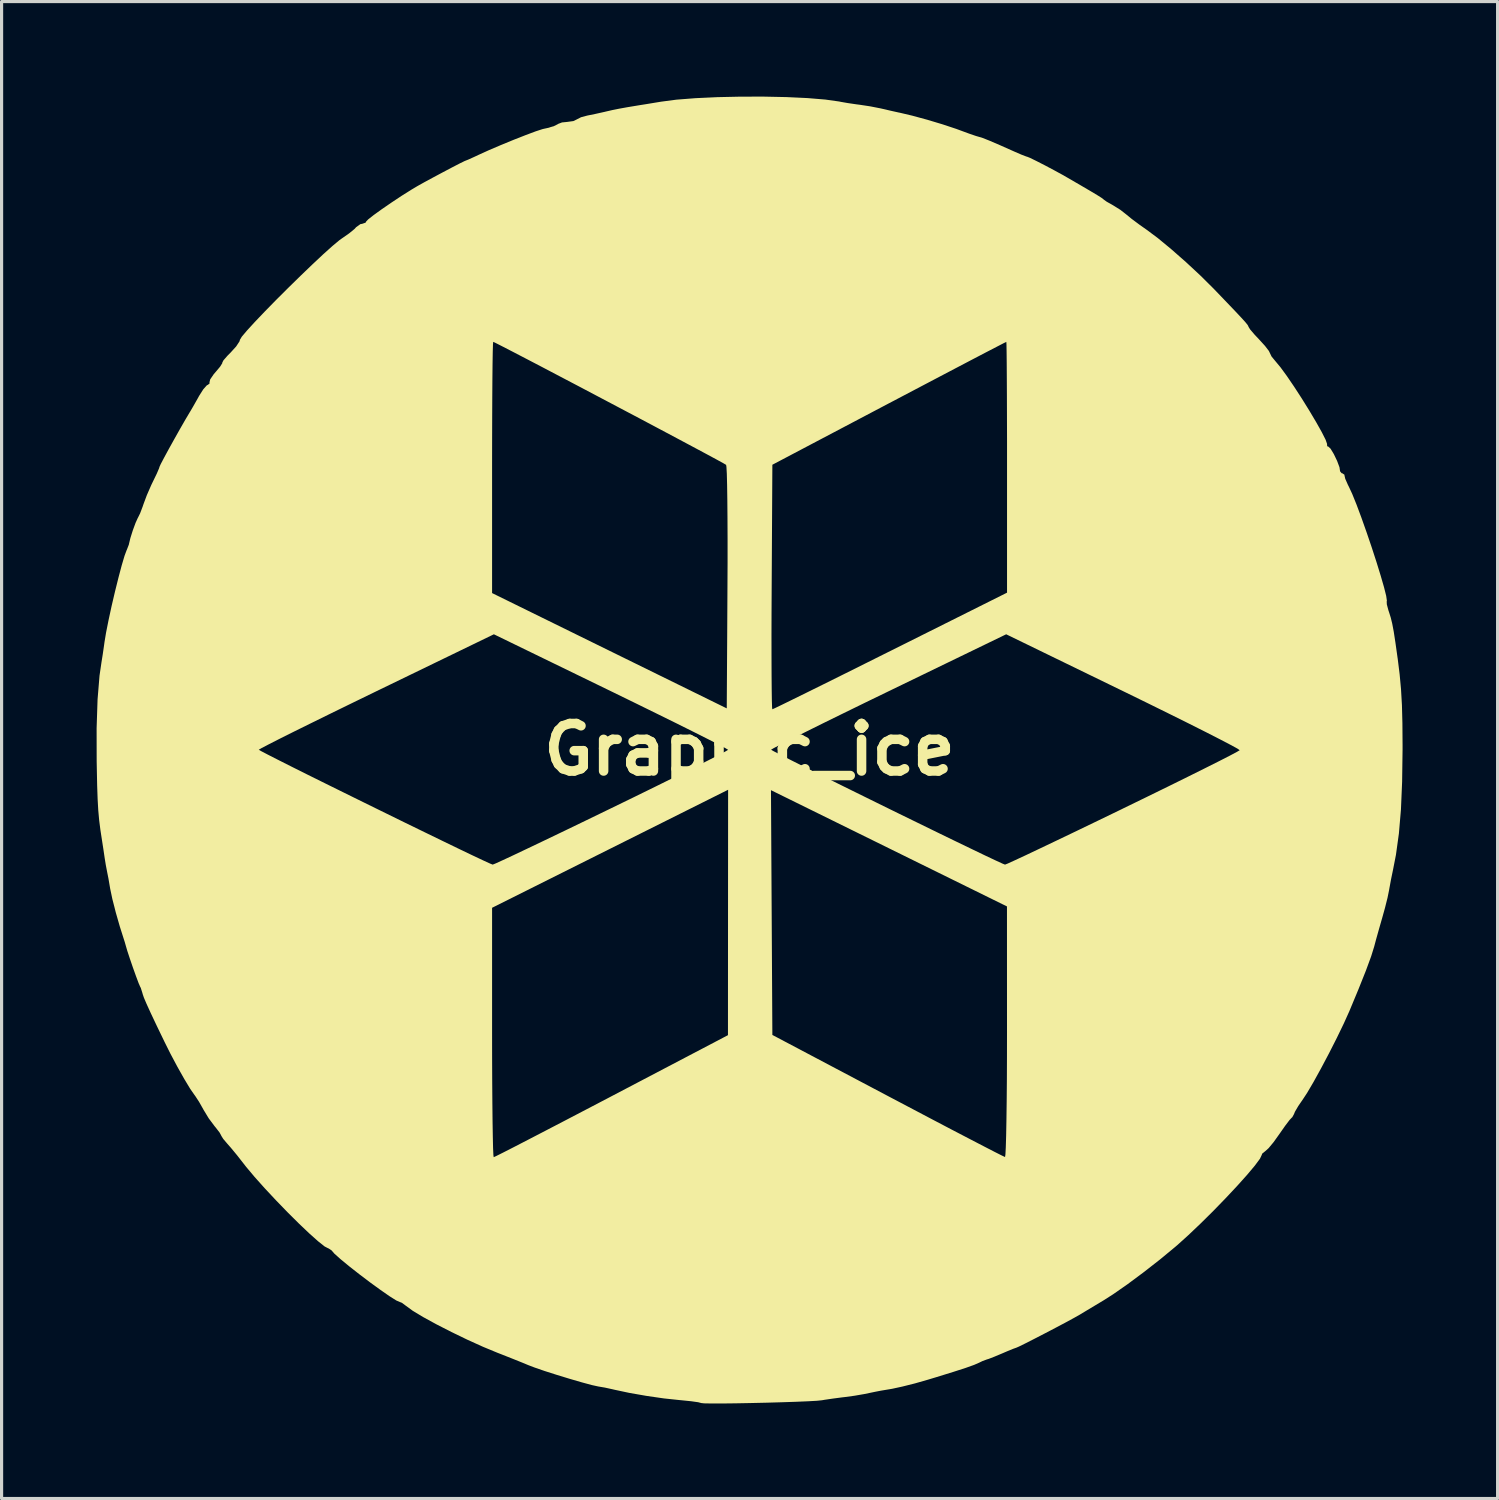
<source format=kicad_pcb>
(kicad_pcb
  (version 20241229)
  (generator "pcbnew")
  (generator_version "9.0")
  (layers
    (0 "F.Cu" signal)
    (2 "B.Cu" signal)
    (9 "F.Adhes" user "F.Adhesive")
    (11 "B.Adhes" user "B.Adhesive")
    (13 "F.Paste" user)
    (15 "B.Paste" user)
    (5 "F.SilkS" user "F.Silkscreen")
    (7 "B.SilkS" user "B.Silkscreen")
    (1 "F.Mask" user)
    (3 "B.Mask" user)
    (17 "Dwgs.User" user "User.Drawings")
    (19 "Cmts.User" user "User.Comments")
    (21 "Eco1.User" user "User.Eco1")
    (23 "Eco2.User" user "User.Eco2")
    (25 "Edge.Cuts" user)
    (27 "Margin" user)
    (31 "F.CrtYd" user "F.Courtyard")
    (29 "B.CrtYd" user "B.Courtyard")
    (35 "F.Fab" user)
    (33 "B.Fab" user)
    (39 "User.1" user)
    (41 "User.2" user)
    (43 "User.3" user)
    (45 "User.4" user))
  (footprint "Graphic_ice"
    (layer "F.Cu")
    (at 20.612 20.611)
    (property "Reference" "Graphic_ice" (at 0 0 0) (layer "F.SilkS") (effects (font (size 1.5 1.5) (thickness 0.3))))
    (attr board_only exclude_from_pos_files exclude_from_bom)
    (fp_poly (pts (xy 1.167 -20.596) (xy 1.826 -20.565) (xy 2.392 -20.518) (xy 2.828 -20.457) (xy 2.879 -20.446) (xy 3.097 -20.408) (xy 3.383 -20.366) (xy 3.471 -20.355) (xy 3.802 -20.305) (xy 4.134 -20.24) (xy 4.191 -20.227) (xy 4.466 -20.163) (xy 4.708 -20.109) (xy 4.741 -20.103) (xy 5.131 -20.011) (xy 5.606 -19.882) (xy 6.095 -19.735) (xy 6.526 -19.592) (xy 6.653 -19.545) (xy 6.93 -19.443) (xy 7.149 -19.368) (xy 7.249 -19.339) (xy 7.364 -19.304) (xy 7.579 -19.218) (xy 7.912 -19.075) (xy 8.361 -18.875) (xy 8.583 -18.779) (xy 8.734 -18.721) (xy 8.764 -18.713) (xy 8.856 -18.676) (xy 9.056 -18.578) (xy 9.322 -18.442) (xy 9.614 -18.287) (xy 9.89 -18.136) (xy 10.033 -18.054) (xy 10.469 -17.801) (xy 10.779 -17.619) (xy 10.984 -17.496) (xy 11.106 -17.419) (xy 11.165 -17.375) (xy 11.176 -17.364) (xy 11.275 -17.293) (xy 11.454 -17.193) (xy 11.458 -17.19) (xy 11.702 -17.039) (xy 11.888 -16.894) (xy 12.059 -16.754) (xy 12.311 -16.566) (xy 12.537 -16.407) (xy 12.888 -16.145) (xy 13.314 -15.793) (xy 13.777 -15.386) (xy 14.235 -14.96) (xy 14.65 -14.548) (xy 14.675 -14.522) (xy 15.057 -14.124) (xy 15.337 -13.831) (xy 15.53 -13.625) (xy 15.652 -13.49) (xy 15.719 -13.408) (xy 15.745 -13.364) (xy 15.748 -13.348) (xy 15.802 -13.262) (xy 15.943 -13.097) (xy 16.087 -12.944) (xy 16.271 -12.742) (xy 16.394 -12.582) (xy 16.425 -12.517) (xy 16.479 -12.406) (xy 16.606 -12.252) (xy 16.76 -12.067) (xy 16.961 -11.792) (xy 17.191 -11.454) (xy 17.433 -11.081) (xy 17.67 -10.699) (xy 17.885 -10.337) (xy 18.062 -10.022) (xy 18.184 -9.781) (xy 18.233 -9.641) (xy 18.229 -9.621) (xy 18.237 -9.571) (xy 18.265 -9.567) (xy 18.341 -9.497) (xy 18.445 -9.325) (xy 18.548 -9.11) (xy 18.623 -8.909) (xy 18.641 -8.784) (xy 18.69 -8.723) (xy 18.711 -8.721) (xy 18.78 -8.674) (xy 18.779 -8.657) (xy 18.804 -8.548) (xy 18.888 -8.357) (xy 18.917 -8.3) (xy 19.025 -8.068) (xy 19.16 -7.734) (xy 19.313 -7.324) (xy 19.475 -6.867) (xy 19.637 -6.391) (xy 19.789 -5.923) (xy 19.922 -5.492) (xy 20.028 -5.126) (xy 20.097 -4.851) (xy 20.119 -4.697) (xy 20.113 -4.676) (xy 20.117 -4.582) (xy 20.168 -4.392) (xy 20.189 -4.33) (xy 20.241 -4.164) (xy 20.288 -3.972) (xy 20.336 -3.717) (xy 20.39 -3.365) (xy 20.458 -2.881) (xy 20.459 -2.879) (xy 20.521 -2.38) (xy 20.565 -1.903) (xy 20.594 -1.402) (xy 20.609 -0.832) (xy 20.614 -0.148) (xy 20.614 0) (xy 20.6 1.017) (xy 20.563 1.892) (xy 20.498 2.652) (xy 20.405 3.324) (xy 20.314 3.79) (xy 20.25 4.099) (xy 20.195 4.398) (xy 20.187 4.445) (xy 20.139 4.68) (xy 20.058 5.003) (xy 19.972 5.312) (xy 19.872 5.66) (xy 19.778 5.995) (xy 19.719 6.217) (xy 19.623 6.527) (xy 19.456 6.981) (xy 19.219 7.575) (xy 18.936 8.255) (xy 18.761 8.644) (xy 18.54 9.101) (xy 18.293 9.588) (xy 18.04 10.066) (xy 17.802 10.497) (xy 17.599 10.842) (xy 17.478 11.026) (xy 17.321 11.256) (xy 17.216 11.435) (xy 17.187 11.508) (xy 17.131 11.61) (xy 17.124 11.613) (xy 17.048 11.693) (xy 16.909 11.876) (xy 16.736 12.123) (xy 16.726 12.137) (xy 16.545 12.391) (xy 16.386 12.583) (xy 16.284 12.675) (xy 16.282 12.676) (xy 16.18 12.76) (xy 16.171 12.793) (xy 16.113 12.916) (xy 15.95 13.136) (xy 15.703 13.43) (xy 15.389 13.78) (xy 15.028 14.165) (xy 14.64 14.565) (xy 14.243 14.958) (xy 13.856 15.326) (xy 13.499 15.648) (xy 13.431 15.706) (xy 12.948 16.105) (xy 12.434 16.506) (xy 11.931 16.88) (xy 11.479 17.195) (xy 11.188 17.381) (xy 10.883 17.564) (xy 10.583 17.744) (xy 10.426 17.839) (xy 10.254 17.936) (xy 9.992 18.079) (xy 9.673 18.248) (xy 9.331 18.427) (xy 9 18.598) (xy 8.713 18.744) (xy 8.504 18.847) (xy 8.407 18.889) (xy 8.404 18.889) (xy 8.322 18.918) (xy 8.134 18.995) (xy 7.981 19.061) (xy 7.735 19.164) (xy 7.55 19.236) (xy 7.493 19.253) (xy 7.355 19.304) (xy 7.239 19.36) (xy 7.087 19.426) (xy 6.822 19.521) (xy 6.428 19.648) (xy 5.892 19.814) (xy 5.63 19.893) (xy 5.221 20.01) (xy 4.823 20.11) (xy 4.501 20.18) (xy 4.419 20.194) (xy 4.154 20.238) (xy 3.979 20.272) (xy 3.611 20.348) (xy 3.316 20.399) (xy 3.007 20.441) (xy 2.921 20.451) (xy 2.625 20.49) (xy 2.367 20.528) (xy 2.286 20.542) (xy 2.131 20.558) (xy 1.848 20.574) (xy 1.468 20.59) (xy 1.02 20.605) (xy 0.534 20.619) (xy 0.039 20.63) (xy -0.434 20.639) (xy -0.857 20.644) (xy -1.2 20.644) (xy -1.432 20.64) (xy -1.525 20.63) (xy -1.624 20.604) (xy -1.846 20.573) (xy -2.15 20.542) (xy -2.215 20.536) (xy -2.704 20.484) (xy -3.256 20.404) (xy -3.799 20.309) (xy -4.259 20.211) (xy -4.318 20.197) (xy -4.569 20.142) (xy -4.776 20.107) (xy -4.976 20.063) (xy -5.291 19.978) (xy -5.676 19.866) (xy -6.085 19.741) (xy -6.473 19.617) (xy -6.794 19.506) (xy -6.985 19.433) (xy -7.18 19.352) (xy -7.479 19.232) (xy -7.828 19.094) (xy -7.959 19.043) (xy -8.413 18.855) (xy -8.908 18.631) (xy -9.41 18.388) (xy -9.887 18.144) (xy -10.307 17.914) (xy -10.635 17.716) (xy -10.839 17.567) (xy -10.975 17.466) (xy -11.039 17.441) (xy -11.154 17.391) (xy -11.368 17.256) (xy -11.654 17.057) (xy -11.982 16.819) (xy -12.32 16.563) (xy -12.641 16.311) (xy -12.913 16.087) (xy -13.108 15.912) (xy -13.194 15.812) (xy -13.29 15.748) (xy -13.297 15.748) (xy -13.413 15.688) (xy -13.621 15.523) (xy -13.9 15.274) (xy -14.229 14.961) (xy -14.587 14.605) (xy -14.953 14.227) (xy -15.306 13.849) (xy -15.626 13.491) (xy -15.892 13.174) (xy -15.967 13.078) (xy -16.174 12.813) (xy -16.375 12.57) (xy -16.48 12.451) (xy -16.614 12.293) (xy -16.678 12.191) (xy -16.679 12.185) (xy -16.729 12.093) (xy -16.853 11.932) (xy -16.886 11.893) (xy -17.072 11.644) (xy -17.239 11.369) (xy -17.246 11.355) (xy -17.379 11.12) (xy -17.504 10.929) (xy -17.52 10.909) (xy -17.657 10.712) (xy -17.844 10.402) (xy -18.06 10.019) (xy -18.282 9.602) (xy -18.468 9.229) (xy -18.723 8.701) (xy -18.91 8.305) (xy -19.039 8.022) (xy -19.119 7.834) (xy -19.158 7.72) (xy -19.165 7.691) (xy -19.219 7.522) (xy -19.235 7.493) (xy -19.284 7.381) (xy -19.367 7.159) (xy -19.467 6.88) (xy -19.565 6.594) (xy -19.644 6.354) (xy -19.682 6.223) (xy -19.726 6.07) (xy -19.745 6.011) (xy -19.879 5.59) (xy -20.008 5.14) (xy -20.044 4.996) (xy -8.128 4.996) (xy -8.128 8.933) (xy -8.127 9.731) (xy -8.124 10.475) (xy -8.119 11.148) (xy -8.113 11.734) (xy -8.105 12.215) (xy -8.097 12.576) (xy -8.087 12.799) (xy -8.077 12.869) (xy -7.995 12.831) (xy -7.777 12.722) (xy -7.438 12.549) (xy -6.993 12.319) (xy -6.457 12.041) (xy -5.844 11.722) (xy -5.168 11.369) (xy -4.445 10.991) (xy -4.354 10.943) (xy -0.682 9.017) (xy -0.68 5.143) (xy -0.677 1.283) (xy 0.676 1.283) (xy 0.698 5.146) (xy 0.72 9.01) (xy 4.36 10.934) (xy 5.085 11.316) (xy 5.764 11.674) (xy 6.383 11.999) (xy 6.928 12.283) (xy 7.382 12.519) (xy 7.733 12.7) (xy 7.965 12.817) (xy 8.063 12.863) (xy 8.065 12.864) (xy 8.077 12.783) (xy 8.089 12.55) (xy 8.1 12.18) (xy 8.109 11.69) (xy 8.117 11.098) (xy 8.123 10.418) (xy 8.126 9.669) (xy 8.127 8.911) (xy 8.126 4.953) (xy 4.401 3.118) (xy 0.676 1.283) (xy -0.677 1.283) (xy -0.677 1.27) (xy -4.403 3.133) (xy -8.128 4.996) (xy -20.044 4.996) (xy -20.115 4.72) (xy -20.185 4.388) (xy -20.194 4.334) (xy -20.239 4.07) (xy -20.274 3.895) (xy -20.322 3.646) (xy -20.357 3.429) (xy -20.397 3.158) (xy -20.44 2.879) (xy -20.493 2.535) (xy -20.532 2.228) (xy -20.56 1.918) (xy -20.58 1.567) (xy -20.595 1.137) (xy -20.606 0.589) (xy -20.61 0.381) (xy -20.611 0.007) (xy -15.492 0.007) (xy -15.419 0.05) (xy -15.211 0.159) (xy -14.887 0.324) (xy -14.465 0.537) (xy -13.961 0.789) (xy -13.394 1.07) (xy -12.782 1.372) (xy -12.143 1.687) (xy -11.494 2.006) (xy -10.854 2.32) (xy -10.24 2.619) (xy -9.67 2.896) (xy -9.162 3.142) (xy -8.734 3.347) (xy -8.403 3.503) (xy -8.189 3.601) (xy -8.109 3.633) (xy -8.023 3.599) (xy -7.799 3.497) (xy -7.454 3.336) (xy -7.001 3.121) (xy -6.456 2.861) (xy -5.833 2.562) (xy -5.148 2.231) (xy -4.416 1.876) (xy -4.362 1.85) (xy -3.629 1.493) (xy -2.944 1.157) (xy -2.323 0.85) (xy -1.779 0.58) (xy -1.328 0.354) (xy -0.985 0.178) (xy -0.763 0.061) (xy -0.678 0.01) (xy -0.678 0.009) (xy -0.682 0.006) (xy 0.68 0.006) (xy 0.753 0.049) (xy 0.96 0.158) (xy 1.284 0.323) (xy 1.707 0.536) (xy 2.21 0.787) (xy 2.777 1.069) (xy 3.389 1.371) (xy 4.028 1.686) (xy 4.677 2.005) (xy 5.318 2.318) (xy 5.932 2.618) (xy 6.502 2.895) (xy 7.01 3.14) (xy 7.438 3.346) (xy 7.769 3.502) (xy 7.984 3.601) (xy 8.064 3.633) (xy 8.151 3.599) (xy 8.374 3.497) (xy 8.72 3.336) (xy 9.173 3.121) (xy 9.718 2.861) (xy 10.34 2.563) (xy 11.024 2.233) (xy 11.756 1.879) (xy 11.789 1.862) (xy 12.521 1.506) (xy 13.205 1.171) (xy 13.827 0.864) (xy 14.37 0.594) (xy 14.822 0.367) (xy 15.166 0.191) (xy 15.387 0.073) (xy 15.472 0.022) (xy 15.473 0.021) (xy 15.403 -0.028) (xy 15.195 -0.142) (xy 14.864 -0.315) (xy 14.424 -0.54) (xy 13.89 -0.809) (xy 13.276 -1.114) (xy 12.597 -1.449) (xy 11.867 -1.806) (xy 11.797 -1.84) (xy 8.101 -3.638) (xy 4.391 -1.84) (xy 3.655 -1.483) (xy 2.968 -1.147) (xy 2.343 -0.84) (xy 1.797 -0.569) (xy 1.342 -0.342) (xy 0.995 -0.166) (xy 0.77 -0.048) (xy 0.681 0.004) (xy 0.68 0.006) (xy -0.682 0.006) (xy -0.751 -0.037) (xy -0.963 -0.15) (xy -1.298 -0.321) (xy -1.741 -0.544) (xy -2.278 -0.812) (xy -2.895 -1.116) (xy -3.575 -1.45) (xy -4.306 -1.807) (xy -4.374 -1.84) (xy -8.071 -3.638) (xy -11.78 -1.84) (xy -12.516 -1.482) (xy -13.204 -1.146) (xy -13.828 -0.839) (xy -14.375 -0.569) (xy -14.829 -0.342) (xy -15.176 -0.165) (xy -15.402 -0.047) (xy -15.491 0.005) (xy -15.492 0.007) (xy -20.611 0.007) (xy -20.612 -0.675) (xy -20.582 -1.582) (xy -20.52 -2.334) (xy -20.459 -2.752) (xy -20.419 -3.001) (xy -20.375 -3.305) (xy -20.364 -3.387) (xy -20.314 -3.69) (xy -20.236 -4.081) (xy -20.14 -4.525) (xy -20.032 -4.986) (xy -19.922 -5.428) (xy -19.819 -5.817) (xy -19.73 -6.117) (xy -19.665 -6.292) (xy -19.657 -6.308) (xy -19.594 -6.471) (xy -19.59 -6.493) (xy -19.546 -6.676) (xy -19.469 -6.92) (xy -19.383 -7.154) (xy -19.313 -7.309) (xy -19.304 -7.324) (xy -19.24 -7.454) (xy -19.157 -7.673) (xy -19.133 -7.744) (xy -19.027 -8.029) (xy -18.885 -8.354) (xy -18.826 -8.476) (xy -18.713 -8.709) (xy -18.641 -8.877) (xy -18.633 -8.904) (xy -8.128 -8.904) (xy -8.128 -4.939) (xy -4.424 -3.119) (xy -0.72 -1.299) (xy -0.706 -3.604) (xy 0.692 -3.604) (xy 0.693 -2.94) (xy 0.695 -2.363) (xy 0.699 -1.891) (xy 0.704 -1.541) (xy 0.711 -1.329) (xy 0.719 -1.27) (xy 0.801 -1.307) (xy 1.019 -1.412) (xy 1.36 -1.579) (xy 1.807 -1.799) (xy 2.347 -2.066) (xy 2.965 -2.373) (xy 3.645 -2.712) (xy 4.374 -3.076) (xy 4.445 -3.111) (xy 8.128 -4.952) (xy 8.128 -8.911) (xy 8.128 -9.711) (xy 8.126 -10.458) (xy 8.124 -11.133) (xy 8.121 -11.721) (xy 8.118 -12.206) (xy 8.114 -12.569) (xy 8.11 -12.796) (xy 8.105 -12.869) (xy 8.028 -12.831) (xy 7.816 -12.721) (xy 7.482 -12.548) (xy 7.042 -12.318) (xy 6.51 -12.039) (xy 5.901 -11.719) (xy 5.228 -11.365) (xy 4.506 -10.985) (xy 4.401 -10.93) (xy 0.72 -8.99) (xy 0.698 -5.13) (xy 0.694 -4.34) (xy 0.692 -3.604) (xy -0.706 -3.604) (xy -0.698 -5.11) (xy -0.694 -5.898) (xy -0.694 -6.634) (xy -0.697 -7.3) (xy -0.702 -7.88) (xy -0.709 -8.355) (xy -0.718 -8.709) (xy -0.73 -8.925) (xy -0.74 -8.986) (xy -0.824 -9.036) (xy -1.039 -9.154) (xy -1.369 -9.332) (xy -1.795 -9.56) (xy -2.299 -9.829) (xy -2.865 -10.13) (xy -3.475 -10.454) (xy -4.111 -10.79) (xy -4.755 -11.13) (xy -5.389 -11.465) (xy -5.997 -11.784) (xy -6.56 -12.08) (xy -7.062 -12.342) (xy -7.483 -12.561) (xy -7.807 -12.728) (xy -8.016 -12.834) (xy -8.093 -12.869) (xy -8.1 -12.787) (xy -8.107 -12.553) (xy -8.113 -12.182) (xy -8.118 -11.691) (xy -8.122 -11.098) (xy -8.125 -10.418) (xy -8.127 -9.668) (xy -8.128 -8.904) (xy -18.633 -8.904) (xy -18.627 -8.925) (xy -18.588 -9.011) (xy -18.484 -9.209) (xy -18.335 -9.484) (xy -18.16 -9.799) (xy -17.98 -10.119) (xy -17.813 -10.41) (xy -17.679 -10.636) (xy -17.653 -10.678) (xy -17.562 -10.834) (xy -17.431 -11.065) (xy -17.376 -11.165) (xy -17.245 -11.371) (xy -17.133 -11.497) (xy -17.096 -11.515) (xy -17.042 -11.562) (xy -17.051 -11.585) (xy -17.027 -11.684) (xy -16.913 -11.851) (xy -16.854 -11.919) (xy -16.713 -12.087) (xy -16.645 -12.197) (xy -16.645 -12.214) (xy -16.609 -12.285) (xy -16.481 -12.432) (xy -16.382 -12.532) (xy -16.208 -12.723) (xy -16.102 -12.884) (xy -16.087 -12.937) (xy -16.028 -13.034) (xy -15.865 -13.227) (xy -15.618 -13.497) (xy -15.306 -13.824) (xy -14.949 -14.189) (xy -14.565 -14.572) (xy -14.176 -14.953) (xy -13.8 -15.314) (xy -13.458 -15.635) (xy -13.168 -15.895) (xy -12.95 -16.077) (xy -12.869 -16.135) (xy -12.641 -16.294) (xy -12.472 -16.432) (xy -12.421 -16.488) (xy -12.285 -16.586) (xy -12.23 -16.595) (xy -12.12 -16.633) (xy -12.107 -16.663) (xy -12.041 -16.734) (xy -11.863 -16.874) (xy -11.605 -17.06) (xy -11.299 -17.27) (xy -10.976 -17.484) (xy -10.667 -17.678) (xy -10.484 -17.787) (xy -10.264 -17.91) (xy -9.981 -18.063) (xy -9.674 -18.227) (xy -9.382 -18.381) (xy -9.144 -18.504) (xy -8.999 -18.575) (xy -8.975 -18.585) (xy -8.88 -18.623) (xy -8.685 -18.711) (xy -8.551 -18.774) (xy -8.227 -18.921) (xy -7.845 -19.084) (xy -7.446 -19.248) (xy -7.069 -19.396) (xy -6.754 -19.514) (xy -6.54 -19.584) (xy -6.495 -19.595) (xy -6.339 -19.629) (xy -6.287 -19.647) (xy -6.197 -19.673) (xy -6.188 -19.674) (xy -6.057 -19.739) (xy -6.047 -19.748) (xy -5.921 -19.796) (xy -5.76 -19.812) (xy -5.562 -19.839) (xy -5.457 -19.89) (xy -5.32 -19.96) (xy -5.122 -20.013) (xy -4.866 -20.065) (xy -4.571 -20.131) (xy -4.53 -20.141) (xy -4.329 -20.187) (xy -4.116 -20.23) (xy -3.844 -20.279) (xy -3.469 -20.341) (xy -3.26 -20.374) (xy -2.994 -20.418) (xy -2.794 -20.451) (xy -2.308 -20.515) (xy -1.705 -20.562) (xy -1.021 -20.594) (xy -0.291 -20.61) (xy 0.45 -20.611)) (stroke (width 0) (type solid)) (fill yes) (layer "F.SilkS")))
  (gr_rect
    (start -3 -3)
    (end 44.226 44.255)
    (stroke (width 0.1) (type default))
    (fill no)
    (layer "Edge.Cuts")))
</source>
